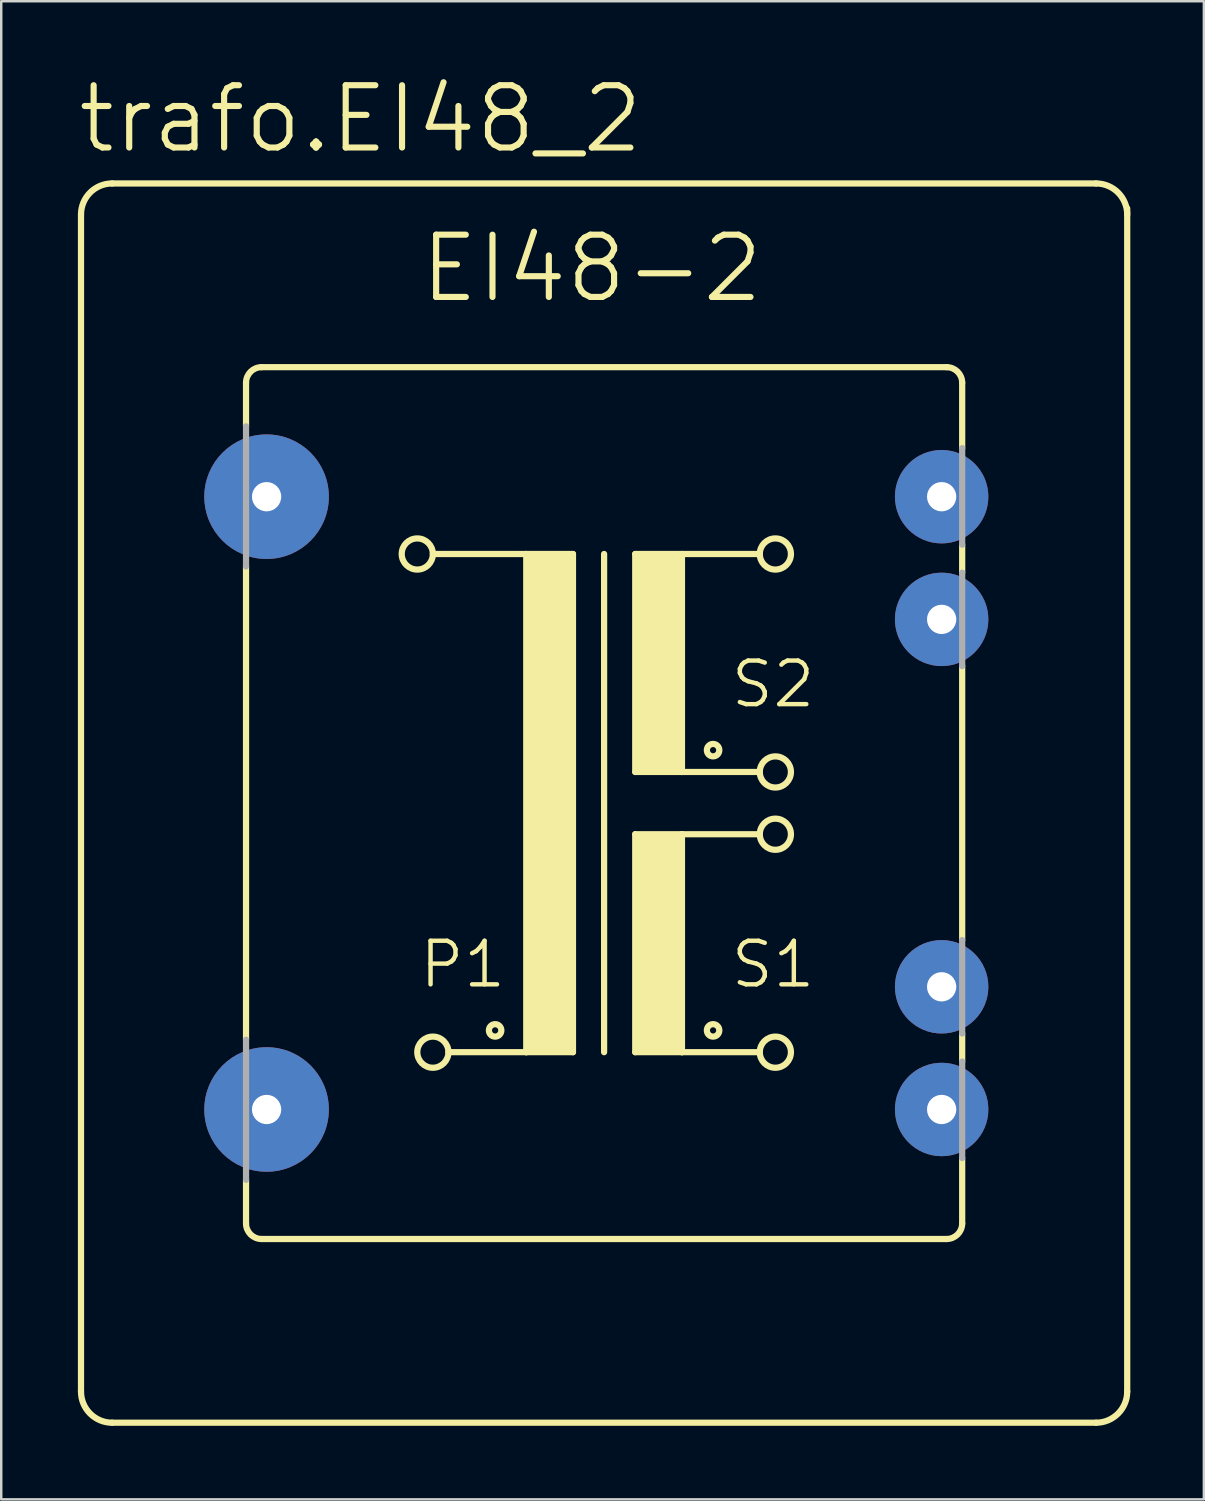
<source format=kicad_pcb>
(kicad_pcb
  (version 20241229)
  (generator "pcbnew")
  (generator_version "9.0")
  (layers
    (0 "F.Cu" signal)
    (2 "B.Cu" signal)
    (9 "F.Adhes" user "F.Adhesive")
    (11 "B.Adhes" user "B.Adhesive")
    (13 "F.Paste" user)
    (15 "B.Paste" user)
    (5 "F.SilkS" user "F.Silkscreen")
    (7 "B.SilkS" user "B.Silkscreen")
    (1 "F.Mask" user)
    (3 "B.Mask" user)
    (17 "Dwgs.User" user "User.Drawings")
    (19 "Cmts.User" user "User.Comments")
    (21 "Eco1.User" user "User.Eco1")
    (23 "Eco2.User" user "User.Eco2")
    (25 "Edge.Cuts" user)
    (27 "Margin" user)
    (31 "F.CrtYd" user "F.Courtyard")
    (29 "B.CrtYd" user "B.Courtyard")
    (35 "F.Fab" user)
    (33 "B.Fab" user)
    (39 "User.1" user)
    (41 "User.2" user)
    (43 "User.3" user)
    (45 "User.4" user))
  (footprint "trafo.EI48_2"
    (layer "F.Cu")
    (at 21.59 29.706)
    (property "Reference" "trafo.EI48_2" (at -21.59 -26.416 0) (layer "F.SilkS") (effects (font (size 2.54 2.54) (thickness 0.25)) (justify left bottom)))
    (attr through_hole)
    (fp_line (start -21.336 24.003) (end -21.336 -24.003) (stroke (width 0.254) (type default)) (layer "F.SilkS"))
    (fp_line (start -20.066 -25.273) (end 20.066 -25.273) (stroke (width 0.254) (type default)) (layer "F.SilkS"))
    (fp_line (start -14.605 -17.145) (end -14.605 -15.367) (stroke (width 0.254) (type default)) (layer "F.SilkS"))
    (fp_line (start -14.605 -9.652) (end -14.605 9.652) (stroke (width 0.254) (type default)) (layer "F.SilkS"))
    (fp_line (start -14.605 17.145) (end -14.605 15.367) (stroke (width 0.254) (type default)) (layer "F.SilkS"))
    (fp_line (start -13.97 -17.78) (end 13.97 -17.78) (stroke (width 0.254) (type default)) (layer "F.SilkS"))
    (fp_line (start -13.97 17.78) (end 13.97 17.78) (stroke (width 0.254) (type default)) (layer "F.SilkS"))
    (fp_line (start -6.985 -10.16) (end -3.175 -10.16) (stroke (width 0.254) (type default)) (layer "F.SilkS"))
    (fp_line (start -3.175 -10.16) (end -3.175 10.16) (stroke (width 0.254) (type default)) (layer "F.SilkS"))
    (fp_line (start -3.175 -10.16) (end -1.27 -10.16) (stroke (width 0.254) (type default)) (layer "F.SilkS"))
    (fp_line (start -3.175 10.16) (end -6.35 10.16) (stroke (width 0.254) (type default)) (layer "F.SilkS"))
    (fp_line (start -1.27 -10.16) (end -1.27 10.16) (stroke (width 0.254) (type default)) (layer "F.SilkS"))
    (fp_line (start -1.27 10.16) (end -3.175 10.16) (stroke (width 0.254) (type default)) (layer "F.SilkS"))
    (fp_line (start 0 -10.16) (end 0 10.16) (stroke (width 0.254) (type default)) (layer "F.SilkS"))
    (fp_line (start 1.27 -10.16) (end 1.27 -1.27) (stroke (width 0.254) (type default)) (layer "F.SilkS"))
    (fp_line (start 1.27 -10.16) (end 3.175 -10.16) (stroke (width 0.254) (type default)) (layer "F.SilkS"))
    (fp_line (start 1.27 -1.27) (end 3.175 -1.27) (stroke (width 0.254) (type default)) (layer "F.SilkS"))
    (fp_line (start 1.27 1.27) (end 1.27 10.16) (stroke (width 0.254) (type default)) (layer "F.SilkS"))
    (fp_line (start 1.27 1.27) (end 3.175 1.27) (stroke (width 0.254) (type default)) (layer "F.SilkS"))
    (fp_line (start 1.27 10.16) (end 3.175 10.16) (stroke (width 0.254) (type default)) (layer "F.SilkS"))
    (fp_line (start 3.175 -10.16) (end 6.35 -10.16) (stroke (width 0.254) (type default)) (layer "F.SilkS"))
    (fp_line (start 3.175 -1.27) (end 3.175 -10.16) (stroke (width 0.254) (type default)) (layer "F.SilkS"))
    (fp_line (start 3.175 -1.27) (end 6.35 -1.27) (stroke (width 0.254) (type default)) (layer "F.SilkS"))
    (fp_line (start 3.175 1.27) (end 6.35 1.27) (stroke (width 0.254) (type default)) (layer "F.SilkS"))
    (fp_line (start 3.175 10.16) (end 3.175 1.27) (stroke (width 0.254) (type default)) (layer "F.SilkS"))
    (fp_line (start 3.175 10.16) (end 6.35 10.16) (stroke (width 0.254) (type default)) (layer "F.SilkS"))
    (fp_line (start 14.605 -17.145) (end 14.605 -14.478) (stroke (width 0.254) (type default)) (layer "F.SilkS"))
    (fp_line (start 14.605 -10.541) (end 14.605 -9.398) (stroke (width 0.254) (type default)) (layer "F.SilkS"))
    (fp_line (start 14.605 -5.588) (end 14.605 5.588) (stroke (width 0.254) (type default)) (layer "F.SilkS"))
    (fp_line (start 14.605 9.398) (end 14.605 10.541) (stroke (width 0.254) (type default)) (layer "F.SilkS"))
    (fp_line (start 14.605 17.145) (end 14.605 14.478) (stroke (width 0.254) (type default)) (layer "F.SilkS"))
    (fp_line (start 20.066 25.273) (end -20.066 25.273) (stroke (width 0.254) (type default)) (layer "F.SilkS"))
    (fp_line (start 21.336 -24.257) (end 21.336 24.003) (stroke (width 0.254) (type default)) (layer "F.SilkS"))
    (fp_rect (start -3.175 10.16) (end -1.27 -10.16) (stroke (width 0.05) (type default)) (fill yes) (layer "F.SilkS"))
    (fp_rect (start 1.27 -1.27) (end 3.175 -10.16) (stroke (width 0.05) (type default)) (fill yes) (layer "F.SilkS"))
    (fp_rect (start 1.27 10.16) (end 3.175 1.27) (stroke (width 0.05) (type default)) (fill yes) (layer "F.SilkS"))
    (fp_arc (start -21.336 -24.003) (mid -20.964026 -24.901026) (end -20.066 -25.273) (stroke (width 0.254) (type default)) (layer "F.SilkS"))
    (fp_arc (start -20.066 25.273) (mid -20.964026 24.901026) (end -21.336 24.003) (stroke (width 0.254) (type default)) (layer "F.SilkS"))
    (fp_arc (start -14.605 -17.145) (mid -14.419013 -17.594013) (end -13.97 -17.78) (stroke (width 0.254) (type default)) (layer "F.SilkS"))
    (fp_arc (start -13.97 17.78) (mid -14.419013 17.594013) (end -14.605 17.145) (stroke (width 0.254) (type default)) (layer "F.SilkS"))
    (fp_arc (start 13.97 -17.78) (mid 14.419013 -17.594013) (end 14.605 -17.145) (stroke (width 0.254) (type default)) (layer "F.SilkS"))
    (fp_arc (start 14.605 17.145) (mid 14.419013 17.594013) (end 13.97 17.78) (stroke (width 0.254) (type default)) (layer "F.SilkS"))
    (fp_arc (start 20.066 -25.273) (mid 20.964026 -24.901026) (end 21.336 -24.003) (stroke (width 0.254) (type default)) (layer "F.SilkS"))
    (fp_arc (start 21.336 24.003) (mid 20.964026 24.901026) (end 20.066 25.273) (stroke (width 0.254) (type default)) (layer "F.SilkS"))
    (fp_circle (center -7.62 -10.16) (end -6.985 -10.16) (stroke (width 0.254) (type default)) (fill no) (layer "F.SilkS"))
    (fp_circle (center -6.985 10.16) (end -6.35 10.16) (stroke (width 0.254) (type default)) (fill no) (layer "F.SilkS"))
    (fp_circle (center -4.445 9.271) (end -4.191 9.271) (stroke (width 0.254) (type default)) (fill no) (layer "F.SilkS"))
    (fp_circle (center 4.445 -2.159) (end 4.699 -2.159) (stroke (width 0.254) (type default)) (fill no) (layer "F.SilkS"))
    (fp_circle (center 4.445 9.271) (end 4.699 9.271) (stroke (width 0.254) (type default)) (fill no) (layer "F.SilkS"))
    (fp_circle (center 6.985 -10.16) (end 7.62 -10.16) (stroke (width 0.254) (type default)) (fill no) (layer "F.SilkS"))
    (fp_circle (center 6.985 -1.27) (end 7.62 -1.27) (stroke (width 0.254) (type default)) (fill no) (layer "F.SilkS"))
    (fp_circle (center 6.985 1.27) (end 7.62 1.27) (stroke (width 0.254) (type default)) (fill no) (layer "F.SilkS"))
    (fp_circle (center 6.985 10.16) (end 7.62 10.16) (stroke (width 0.254) (type default)) (fill no) (layer "F.SilkS"))
    (fp_line (start -14.605 -9.652) (end -14.605 -15.367) (stroke (width 0.254) (type default)) (layer "F.Fab"))
    (fp_line (start -14.605 9.652) (end -14.605 15.367) (stroke (width 0.254) (type default)) (layer "F.Fab"))
    (fp_line (start 14.605 -10.541) (end 14.605 -14.478) (stroke (width 0.254) (type default)) (layer "F.Fab"))
    (fp_line (start 14.605 -5.588) (end 14.605 -9.398) (stroke (width 0.254) (type default)) (layer "F.Fab"))
    (fp_line (start 14.605 9.398) (end 14.605 5.588) (stroke (width 0.254) (type default)) (layer "F.Fab"))
    (fp_line (start 14.605 14.478) (end 14.605 10.541) (stroke (width 0.254) (type default)) (layer "F.Fab"))
    (fp_text user "S2" (at 5.08 -3.81 0) (layer "F.SilkS") (effects (font (size 1.778 1.778) (thickness 0.18)) (justify left bottom)))
    (fp_text user "P1" (at -7.62 7.62 0) (layer "F.SilkS") (effects (font (size 1.778 1.778) (thickness 0.18)) (justify left bottom)))
    (fp_text user "EI48-2" (at -7.62 -20.32 0) (layer "F.SilkS") (effects (font (size 2.54 2.54) (thickness 0.25)) (justify left bottom)))
    (fp_text user "S1" (at 5.08 7.62 0) (layer "F.SilkS") (effects (font (size 1.778 1.778) (thickness 0.18)) (justify left bottom)))
    (pad "1" thru_hole circle (at -13.767 -12.497) (size 5.08 5.08) (drill 1.194) (layers "*.Cu" "*.Mask"))
    (pad "6" thru_hole circle (at -13.767 12.497) (size 5.08 5.08) (drill 1.194) (layers "*.Cu" "*.Mask"))
    (pad "7" thru_hole circle (at 13.767 12.497) (size 3.81 3.81) (drill 1.194) (layers "*.Cu" "*.Mask"))
    (pad "8" thru_hole circle (at 13.767 7.493) (size 3.81 3.81) (drill 1.194) (layers "*.Cu" "*.Mask"))
    (pad "11" thru_hole circle (at 13.767 -7.493) (size 3.81 3.81) (drill 1.194) (layers "*.Cu" "*.Mask"))
    (pad "12" thru_hole circle (at 13.767 -12.497) (size 3.81 3.81) (drill 1.194) (layers "*.Cu" "*.Mask")))
  (gr_rect
    (start -3 -3)
    (end 46.053 58.106)
    (stroke (width 0.1) (type default))
    (fill no)
    (layer "Edge.Cuts")))
</source>
